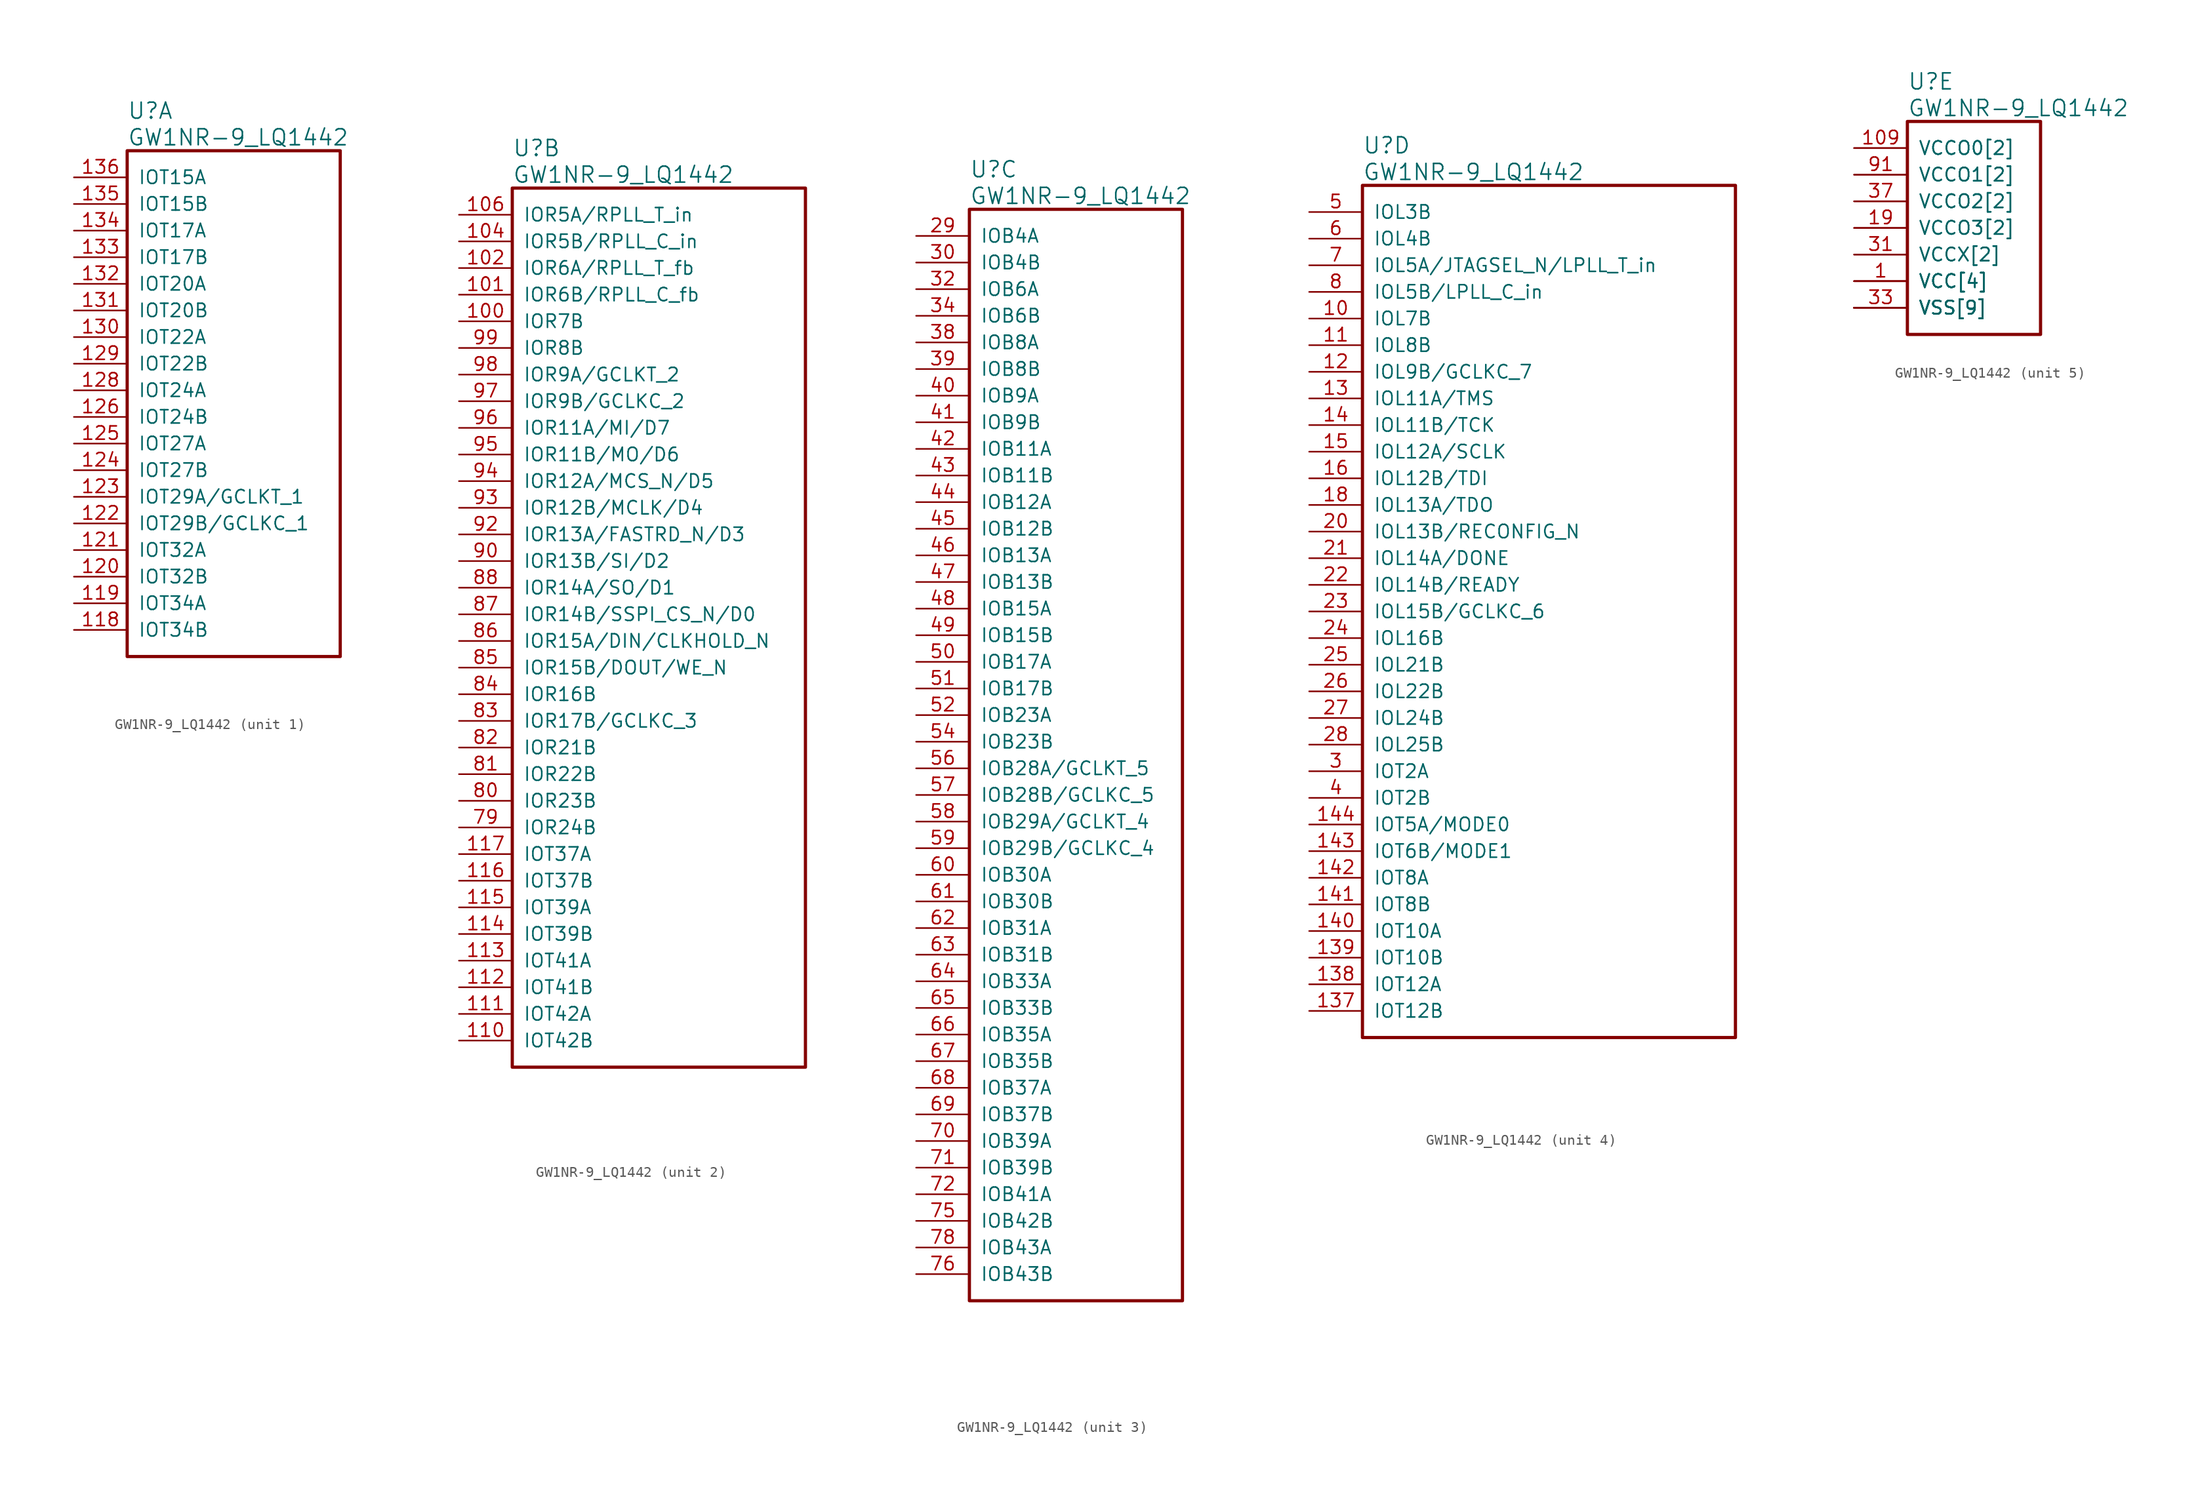
<source format=kicad_sym>
(kicad_symbol_lib
  (version 20211014)
  (generator kicad_symbol_editor)
  (symbol "GW1NR-9_LQ1442"
    (pin_names
      (offset 1.016))
    (property "Reference" "U"
      (at 5.08 6.35 0)
      (effects (font (size 1.524 1.524)) (justify left)))
    (property "Value" "GW1NR-9_LQ1442"
      (at 5.08 3.81 0)
      (effects (font (size 1.524 1.524)) (justify left)))
    (property "ki_locked" ""
      (at 0 0 0)
      (effects (font (size 1.27 1.27))))
    (symbol "GW1NR-9_LQ1442_1_1"
      (rectangle (start 5.08 2.54) (end 25.4 -45.72) (stroke (width 0.305) (type default) (color 0 0 0 0)) (fill (type none)))
      (pin bidirectional line (at 0 -43.18 0) (length 5.08) (name "IOT34B" (effects (font (size 1.27 1.27)))) (number "118" (effects (font (size 1.27 1.27)))))
      (pin bidirectional line (at 0 -40.64 0) (length 5.08) (name "IOT34A" (effects (font (size 1.27 1.27)))) (number "119" (effects (font (size 1.27 1.27)))))
      (pin bidirectional line (at 0 -38.1 0) (length 5.08) (name "IOT32B" (effects (font (size 1.27 1.27)))) (number "120" (effects (font (size 1.27 1.27)))))
      (pin bidirectional line (at 0 -35.56 0) (length 5.08) (name "IOT32A" (effects (font (size 1.27 1.27)))) (number "121" (effects (font (size 1.27 1.27)))))
      (pin bidirectional line (at 0 -33.02 0) (length 5.08) (name "IOT29B/GCLKC_1" (effects (font (size 1.27 1.27)))) (number "122" (effects (font (size 1.27 1.27)))))
      (pin bidirectional line (at 0 -30.48 0) (length 5.08) (name "IOT29A/GCLKT_1" (effects (font (size 1.27 1.27)))) (number "123" (effects (font (size 1.27 1.27)))))
      (pin bidirectional line (at 0 -27.94 0) (length 5.08) (name "IOT27B" (effects (font (size 1.27 1.27)))) (number "124" (effects (font (size 1.27 1.27)))))
      (pin bidirectional line (at 0 -25.4 0) (length 5.08) (name "IOT27A" (effects (font (size 1.27 1.27)))) (number "125" (effects (font (size 1.27 1.27)))))
      (pin bidirectional line (at 0 -22.86 0) (length 5.08) (name "IOT24B" (effects (font (size 1.27 1.27)))) (number "126" (effects (font (size 1.27 1.27)))))
      (pin bidirectional line (at 0 -20.32 0) (length 5.08) (name "IOT24A" (effects (font (size 1.27 1.27)))) (number "128" (effects (font (size 1.27 1.27)))))
      (pin bidirectional line (at 0 -17.78 0) (length 5.08) (name "IOT22B" (effects (font (size 1.27 1.27)))) (number "129" (effects (font (size 1.27 1.27)))))
      (pin bidirectional line (at 0 -15.24 0) (length 5.08) (name "IOT22A" (effects (font (size 1.27 1.27)))) (number "130" (effects (font (size 1.27 1.27)))))
      (pin bidirectional line (at 0 -12.7 0) (length 5.08) (name "IOT20B" (effects (font (size 1.27 1.27)))) (number "131" (effects (font (size 1.27 1.27)))))
      (pin bidirectional line (at 0 -10.16 0) (length 5.08) (name "IOT20A" (effects (font (size 1.27 1.27)))) (number "132" (effects (font (size 1.27 1.27)))))
      (pin bidirectional line (at 0 -7.62 0) (length 5.08) (name "IOT17B" (effects (font (size 1.27 1.27)))) (number "133" (effects (font (size 1.27 1.27)))))
      (pin bidirectional line (at 0 -5.08 0) (length 5.08) (name "IOT17A" (effects (font (size 1.27 1.27)))) (number "134" (effects (font (size 1.27 1.27)))))
      (pin bidirectional line (at 0 -2.54 0) (length 5.08) (name "IOT15B" (effects (font (size 1.27 1.27)))) (number "135" (effects (font (size 1.27 1.27)))))
      (pin bidirectional line (at 0 0 0) (length 5.08) (name "IOT15A" (effects (font (size 1.27 1.27)))) (number "136" (effects (font (size 1.27 1.27))))))
    (symbol "GW1NR-9_LQ1442_2_1"
      (rectangle (start 5.08 2.54) (end 33.02 -81.28) (stroke (width 0.305) (type default) (color 0 0 0 0)) (fill (type none)))
      (pin bidirectional line (at 0 -10.16 0) (length 5.08) (name "IOR7B" (effects (font (size 1.27 1.27)))) (number "100" (effects (font (size 1.27 1.27)))))
      (pin bidirectional line (at 0 -7.62 0) (length 5.08) (name "IOR6B/RPLL_C_fb" (effects (font (size 1.27 1.27)))) (number "101" (effects (font (size 1.27 1.27)))))
      (pin bidirectional line (at 0 -5.08 0) (length 5.08) (name "IOR6A/RPLL_T_fb" (effects (font (size 1.27 1.27)))) (number "102" (effects (font (size 1.27 1.27)))))
      (pin bidirectional line (at 0 -2.54 0) (length 5.08) (name "IOR5B/RPLL_C_in" (effects (font (size 1.27 1.27)))) (number "104" (effects (font (size 1.27 1.27)))))
      (pin bidirectional line (at 0 0 0) (length 5.08) (name "IOR5A/RPLL_T_in" (effects (font (size 1.27 1.27)))) (number "106" (effects (font (size 1.27 1.27)))))
      (pin bidirectional line (at 0 -78.74 0) (length 5.08) (name "IOT42B" (effects (font (size 1.27 1.27)))) (number "110" (effects (font (size 1.27 1.27)))))
      (pin bidirectional line (at 0 -76.2 0) (length 5.08) (name "IOT42A" (effects (font (size 1.27 1.27)))) (number "111" (effects (font (size 1.27 1.27)))))
      (pin bidirectional line (at 0 -73.66 0) (length 5.08) (name "IOT41B" (effects (font (size 1.27 1.27)))) (number "112" (effects (font (size 1.27 1.27)))))
      (pin bidirectional line (at 0 -71.12 0) (length 5.08) (name "IOT41A" (effects (font (size 1.27 1.27)))) (number "113" (effects (font (size 1.27 1.27)))))
      (pin bidirectional line (at 0 -68.58 0) (length 5.08) (name "IOT39B" (effects (font (size 1.27 1.27)))) (number "114" (effects (font (size 1.27 1.27)))))
      (pin bidirectional line (at 0 -66.04 0) (length 5.08) (name "IOT39A" (effects (font (size 1.27 1.27)))) (number "115" (effects (font (size 1.27 1.27)))))
      (pin bidirectional line (at 0 -63.5 0) (length 5.08) (name "IOT37B" (effects (font (size 1.27 1.27)))) (number "116" (effects (font (size 1.27 1.27)))))
      (pin bidirectional line (at 0 -60.96 0) (length 5.08) (name "IOT37A" (effects (font (size 1.27 1.27)))) (number "117" (effects (font (size 1.27 1.27)))))
      (pin bidirectional line (at 0 -58.42 0) (length 5.08) (name "IOR24B" (effects (font (size 1.27 1.27)))) (number "79" (effects (font (size 1.27 1.27)))))
      (pin bidirectional line (at 0 -55.88 0) (length 5.08) (name "IOR23B" (effects (font (size 1.27 1.27)))) (number "80" (effects (font (size 1.27 1.27)))))
      (pin bidirectional line (at 0 -53.34 0) (length 5.08) (name "IOR22B" (effects (font (size 1.27 1.27)))) (number "81" (effects (font (size 1.27 1.27)))))
      (pin bidirectional line (at 0 -50.8 0) (length 5.08) (name "IOR21B" (effects (font (size 1.27 1.27)))) (number "82" (effects (font (size 1.27 1.27)))))
      (pin bidirectional line (at 0 -48.26 0) (length 5.08) (name "IOR17B/GCLKC_3" (effects (font (size 1.27 1.27)))) (number "83" (effects (font (size 1.27 1.27)))))
      (pin bidirectional line (at 0 -45.72 0) (length 5.08) (name "IOR16B" (effects (font (size 1.27 1.27)))) (number "84" (effects (font (size 1.27 1.27)))))
      (pin bidirectional line (at 0 -43.18 0) (length 5.08) (name "IOR15B/DOUT/WE_N" (effects (font (size 1.27 1.27)))) (number "85" (effects (font (size 1.27 1.27)))))
      (pin bidirectional line (at 0 -40.64 0) (length 5.08) (name "IOR15A/DIN/CLKHOLD_N" (effects (font (size 1.27 1.27)))) (number "86" (effects (font (size 1.27 1.27)))))
      (pin bidirectional line (at 0 -38.1 0) (length 5.08) (name "IOR14B/SSPI_CS_N/D0" (effects (font (size 1.27 1.27)))) (number "87" (effects (font (size 1.27 1.27)))))
      (pin bidirectional line (at 0 -35.56 0) (length 5.08) (name "IOR14A/SO/D1" (effects (font (size 1.27 1.27)))) (number "88" (effects (font (size 1.27 1.27)))))
      (pin bidirectional line (at 0 -33.02 0) (length 5.08) (name "IOR13B/SI/D2" (effects (font (size 1.27 1.27)))) (number "90" (effects (font (size 1.27 1.27)))))
      (pin bidirectional line (at 0 -30.48 0) (length 5.08) (name "IOR13A/FASTRD_N/D3" (effects (font (size 1.27 1.27)))) (number "92" (effects (font (size 1.27 1.27)))))
      (pin bidirectional line (at 0 -27.94 0) (length 5.08) (name "IOR12B/MCLK/D4" (effects (font (size 1.27 1.27)))) (number "93" (effects (font (size 1.27 1.27)))))
      (pin bidirectional line (at 0 -25.4 0) (length 5.08) (name "IOR12A/MCS_N/D5" (effects (font (size 1.27 1.27)))) (number "94" (effects (font (size 1.27 1.27)))))
      (pin bidirectional line (at 0 -22.86 0) (length 5.08) (name "IOR11B/MO/D6" (effects (font (size 1.27 1.27)))) (number "95" (effects (font (size 1.27 1.27)))))
      (pin bidirectional line (at 0 -20.32 0) (length 5.08) (name "IOR11A/MI/D7" (effects (font (size 1.27 1.27)))) (number "96" (effects (font (size 1.27 1.27)))))
      (pin bidirectional line (at 0 -17.78 0) (length 5.08) (name "IOR9B/GCLKC_2" (effects (font (size 1.27 1.27)))) (number "97" (effects (font (size 1.27 1.27)))))
      (pin bidirectional line (at 0 -15.24 0) (length 5.08) (name "IOR9A/GCLKT_2" (effects (font (size 1.27 1.27)))) (number "98" (effects (font (size 1.27 1.27)))))
      (pin bidirectional line (at 0 -12.7 0) (length 5.08) (name "IOR8B" (effects (font (size 1.27 1.27)))) (number "99" (effects (font (size 1.27 1.27))))))
    (symbol "GW1NR-9_LQ1442_3_1"
      (rectangle (start 5.08 2.54) (end 25.4 -101.6) (stroke (width 0.305) (type default) (color 0 0 0 0)) (fill (type none)))
      (pin bidirectional line (at 0 0 0) (length 5.08) (name "IOB4A" (effects (font (size 1.27 1.27)))) (number "29" (effects (font (size 1.27 1.27)))))
      (pin bidirectional line (at 0 -2.54 0) (length 5.08) (name "IOB4B" (effects (font (size 1.27 1.27)))) (number "30" (effects (font (size 1.27 1.27)))))
      (pin bidirectional line (at 0 -5.08 0) (length 5.08) (name "IOB6A" (effects (font (size 1.27 1.27)))) (number "32" (effects (font (size 1.27 1.27)))))
      (pin bidirectional line (at 0 -7.62 0) (length 5.08) (name "IOB6B" (effects (font (size 1.27 1.27)))) (number "34" (effects (font (size 1.27 1.27)))))
      (pin bidirectional line (at 0 -10.16 0) (length 5.08) (name "IOB8A" (effects (font (size 1.27 1.27)))) (number "38" (effects (font (size 1.27 1.27)))))
      (pin bidirectional line (at 0 -12.7 0) (length 5.08) (name "IOB8B" (effects (font (size 1.27 1.27)))) (number "39" (effects (font (size 1.27 1.27)))))
      (pin bidirectional line (at 0 -15.24 0) (length 5.08) (name "IOB9A" (effects (font (size 1.27 1.27)))) (number "40" (effects (font (size 1.27 1.27)))))
      (pin bidirectional line (at 0 -17.78 0) (length 5.08) (name "IOB9B" (effects (font (size 1.27 1.27)))) (number "41" (effects (font (size 1.27 1.27)))))
      (pin bidirectional line (at 0 -20.32 0) (length 5.08) (name "IOB11A" (effects (font (size 1.27 1.27)))) (number "42" (effects (font (size 1.27 1.27)))))
      (pin bidirectional line (at 0 -22.86 0) (length 5.08) (name "IOB11B" (effects (font (size 1.27 1.27)))) (number "43" (effects (font (size 1.27 1.27)))))
      (pin bidirectional line (at 0 -25.4 0) (length 5.08) (name "IOB12A" (effects (font (size 1.27 1.27)))) (number "44" (effects (font (size 1.27 1.27)))))
      (pin bidirectional line (at 0 -27.94 0) (length 5.08) (name "IOB12B" (effects (font (size 1.27 1.27)))) (number "45" (effects (font (size 1.27 1.27)))))
      (pin bidirectional line (at 0 -30.48 0) (length 5.08) (name "IOB13A" (effects (font (size 1.27 1.27)))) (number "46" (effects (font (size 1.27 1.27)))))
      (pin bidirectional line (at 0 -33.02 0) (length 5.08) (name "IOB13B" (effects (font (size 1.27 1.27)))) (number "47" (effects (font (size 1.27 1.27)))))
      (pin bidirectional line (at 0 -35.56 0) (length 5.08) (name "IOB15A" (effects (font (size 1.27 1.27)))) (number "48" (effects (font (size 1.27 1.27)))))
      (pin bidirectional line (at 0 -38.1 0) (length 5.08) (name "IOB15B" (effects (font (size 1.27 1.27)))) (number "49" (effects (font (size 1.27 1.27)))))
      (pin bidirectional line (at 0 -40.64 0) (length 5.08) (name "IOB17A" (effects (font (size 1.27 1.27)))) (number "50" (effects (font (size 1.27 1.27)))))
      (pin bidirectional line (at 0 -43.18 0) (length 5.08) (name "IOB17B" (effects (font (size 1.27 1.27)))) (number "51" (effects (font (size 1.27 1.27)))))
      (pin bidirectional line (at 0 -45.72 0) (length 5.08) (name "IOB23A" (effects (font (size 1.27 1.27)))) (number "52" (effects (font (size 1.27 1.27)))))
      (pin bidirectional line (at 0 -48.26 0) (length 5.08) (name "IOB23B" (effects (font (size 1.27 1.27)))) (number "54" (effects (font (size 1.27 1.27)))))
      (pin bidirectional line (at 0 -50.8 0) (length 5.08) (name "IOB28A/GCLKT_5" (effects (font (size 1.27 1.27)))) (number "56" (effects (font (size 1.27 1.27)))))
      (pin bidirectional line (at 0 -53.34 0) (length 5.08) (name "IOB28B/GCLKC_5" (effects (font (size 1.27 1.27)))) (number "57" (effects (font (size 1.27 1.27)))))
      (pin bidirectional line (at 0 -55.88 0) (length 5.08) (name "IOB29A/GCLKT_4" (effects (font (size 1.27 1.27)))) (number "58" (effects (font (size 1.27 1.27)))))
      (pin bidirectional line (at 0 -58.42 0) (length 5.08) (name "IOB29B/GCLKC_4" (effects (font (size 1.27 1.27)))) (number "59" (effects (font (size 1.27 1.27)))))
      (pin bidirectional line (at 0 -60.96 0) (length 5.08) (name "IOB30A" (effects (font (size 1.27 1.27)))) (number "60" (effects (font (size 1.27 1.27)))))
      (pin bidirectional line (at 0 -63.5 0) (length 5.08) (name "IOB30B" (effects (font (size 1.27 1.27)))) (number "61" (effects (font (size 1.27 1.27)))))
      (pin bidirectional line (at 0 -66.04 0) (length 5.08) (name "IOB31A" (effects (font (size 1.27 1.27)))) (number "62" (effects (font (size 1.27 1.27)))))
      (pin bidirectional line (at 0 -68.58 0) (length 5.08) (name "IOB31B" (effects (font (size 1.27 1.27)))) (number "63" (effects (font (size 1.27 1.27)))))
      (pin bidirectional line (at 0 -71.12 0) (length 5.08) (name "IOB33A" (effects (font (size 1.27 1.27)))) (number "64" (effects (font (size 1.27 1.27)))))
      (pin bidirectional line (at 0 -73.66 0) (length 5.08) (name "IOB33B" (effects (font (size 1.27 1.27)))) (number "65" (effects (font (size 1.27 1.27)))))
      (pin bidirectional line (at 0 -76.2 0) (length 5.08) (name "IOB35A" (effects (font (size 1.27 1.27)))) (number "66" (effects (font (size 1.27 1.27)))))
      (pin bidirectional line (at 0 -78.74 0) (length 5.08) (name "IOB35B" (effects (font (size 1.27 1.27)))) (number "67" (effects (font (size 1.27 1.27)))))
      (pin bidirectional line (at 0 -81.28 0) (length 5.08) (name "IOB37A" (effects (font (size 1.27 1.27)))) (number "68" (effects (font (size 1.27 1.27)))))
      (pin bidirectional line (at 0 -83.82 0) (length 5.08) (name "IOB37B" (effects (font (size 1.27 1.27)))) (number "69" (effects (font (size 1.27 1.27)))))
      (pin bidirectional line (at 0 -86.36 0) (length 5.08) (name "IOB39A" (effects (font (size 1.27 1.27)))) (number "70" (effects (font (size 1.27 1.27)))))
      (pin bidirectional line (at 0 -88.9 0) (length 5.08) (name "IOB39B" (effects (font (size 1.27 1.27)))) (number "71" (effects (font (size 1.27 1.27)))))
      (pin bidirectional line (at 0 -91.44 0) (length 5.08) (name "IOB41A" (effects (font (size 1.27 1.27)))) (number "72" (effects (font (size 1.27 1.27)))))
      (pin bidirectional line (at 0 -93.98 0) (length 5.08) (name "IOB42B" (effects (font (size 1.27 1.27)))) (number "75" (effects (font (size 1.27 1.27)))))
      (pin bidirectional line (at 0 -99.06 0) (length 5.08) (name "IOB43B" (effects (font (size 1.27 1.27)))) (number "76" (effects (font (size 1.27 1.27)))))
      (pin bidirectional line (at 0 -96.52 0) (length 5.08) (name "IOB43A" (effects (font (size 1.27 1.27)))) (number "78" (effects (font (size 1.27 1.27))))))
    (symbol "GW1NR-9_LQ1442_4_1"
      (rectangle (start 5.08 2.54) (end 40.64 -78.74) (stroke (width 0.305) (type default) (color 0 0 0 0)) (fill (type none)))
      (pin bidirectional line (at 0 -10.16 0) (length 5.08) (name "IOL7B" (effects (font (size 1.27 1.27)))) (number "10" (effects (font (size 1.27 1.27)))))
      (pin bidirectional line (at 0 -12.7 0) (length 5.08) (name "IOL8B" (effects (font (size 1.27 1.27)))) (number "11" (effects (font (size 1.27 1.27)))))
      (pin bidirectional line (at 0 -15.24 0) (length 5.08) (name "IOL9B/GCLKC_7" (effects (font (size 1.27 1.27)))) (number "12" (effects (font (size 1.27 1.27)))))
      (pin bidirectional line (at 0 -17.78 0) (length 5.08) (name "IOL11A/TMS" (effects (font (size 1.27 1.27)))) (number "13" (effects (font (size 1.27 1.27)))))
      (pin bidirectional line (at 0 -76.2 0) (length 5.08) (name "IOT12B" (effects (font (size 1.27 1.27)))) (number "137" (effects (font (size 1.27 1.27)))))
      (pin bidirectional line (at 0 -73.66 0) (length 5.08) (name "IOT12A" (effects (font (size 1.27 1.27)))) (number "138" (effects (font (size 1.27 1.27)))))
      (pin bidirectional line (at 0 -71.12 0) (length 5.08) (name "IOT10B" (effects (font (size 1.27 1.27)))) (number "139" (effects (font (size 1.27 1.27)))))
      (pin bidirectional line (at 0 -20.32 0) (length 5.08) (name "IOL11B/TCK" (effects (font (size 1.27 1.27)))) (number "14" (effects (font (size 1.27 1.27)))))
      (pin bidirectional line (at 0 -68.58 0) (length 5.08) (name "IOT10A" (effects (font (size 1.27 1.27)))) (number "140" (effects (font (size 1.27 1.27)))))
      (pin bidirectional line (at 0 -66.04 0) (length 5.08) (name "IOT8B" (effects (font (size 1.27 1.27)))) (number "141" (effects (font (size 1.27 1.27)))))
      (pin bidirectional line (at 0 -63.5 0) (length 5.08) (name "IOT8A" (effects (font (size 1.27 1.27)))) (number "142" (effects (font (size 1.27 1.27)))))
      (pin bidirectional line (at 0 -60.96 0) (length 5.08) (name "IOT6B/MODE1" (effects (font (size 1.27 1.27)))) (number "143" (effects (font (size 1.27 1.27)))))
      (pin bidirectional line (at 0 -58.42 0) (length 5.08) (name "IOT5A/MODE0" (effects (font (size 1.27 1.27)))) (number "144" (effects (font (size 1.27 1.27)))))
      (pin bidirectional line (at 0 -22.86 0) (length 5.08) (name "IOL12A/SCLK" (effects (font (size 1.27 1.27)))) (number "15" (effects (font (size 1.27 1.27)))))
      (pin bidirectional line (at 0 -25.4 0) (length 5.08) (name "IOL12B/TDI" (effects (font (size 1.27 1.27)))) (number "16" (effects (font (size 1.27 1.27)))))
      (pin bidirectional line (at 0 -27.94 0) (length 5.08) (name "IOL13A/TDO" (effects (font (size 1.27 1.27)))) (number "18" (effects (font (size 1.27 1.27)))))
      (pin bidirectional line (at 0 -30.48 0) (length 5.08) (name "IOL13B/RECONFIG_N" (effects (font (size 1.27 1.27)))) (number "20" (effects (font (size 1.27 1.27)))))
      (pin bidirectional line (at 0 -33.02 0) (length 5.08) (name "IOL14A/DONE" (effects (font (size 1.27 1.27)))) (number "21" (effects (font (size 1.27 1.27)))))
      (pin bidirectional line (at 0 -35.56 0) (length 5.08) (name "IOL14B/READY" (effects (font (size 1.27 1.27)))) (number "22" (effects (font (size 1.27 1.27)))))
      (pin bidirectional line (at 0 -38.1 0) (length 5.08) (name "IOL15B/GCLKC_6" (effects (font (size 1.27 1.27)))) (number "23" (effects (font (size 1.27 1.27)))))
      (pin bidirectional line (at 0 -40.64 0) (length 5.08) (name "IOL16B" (effects (font (size 1.27 1.27)))) (number "24" (effects (font (size 1.27 1.27)))))
      (pin bidirectional line (at 0 -43.18 0) (length 5.08) (name "IOL21B" (effects (font (size 1.27 1.27)))) (number "25" (effects (font (size 1.27 1.27)))))
      (pin bidirectional line (at 0 -45.72 0) (length 5.08) (name "IOL22B" (effects (font (size 1.27 1.27)))) (number "26" (effects (font (size 1.27 1.27)))))
      (pin bidirectional line (at 0 -48.26 0) (length 5.08) (name "IOL24B" (effects (font (size 1.27 1.27)))) (number "27" (effects (font (size 1.27 1.27)))))
      (pin bidirectional line (at 0 -50.8 0) (length 5.08) (name "IOL25B" (effects (font (size 1.27 1.27)))) (number "28" (effects (font (size 1.27 1.27)))))
      (pin bidirectional line (at 0 -53.34 0) (length 5.08) (name "IOT2A" (effects (font (size 1.27 1.27)))) (number "3" (effects (font (size 1.27 1.27)))))
      (pin bidirectional line (at 0 -55.88 0) (length 5.08) (name "IOT2B" (effects (font (size 1.27 1.27)))) (number "4" (effects (font (size 1.27 1.27)))))
      (pin bidirectional line (at 0 0 0) (length 5.08) (name "IOL3B" (effects (font (size 1.27 1.27)))) (number "5" (effects (font (size 1.27 1.27)))))
      (pin bidirectional line (at 0 -2.54 0) (length 5.08) (name "IOL4B" (effects (font (size 1.27 1.27)))) (number "6" (effects (font (size 1.27 1.27)))))
      (pin bidirectional line (at 0 -5.08 0) (length 5.08) (name "IOL5A/JTAGSEL_N/LPLL_T_in" (effects (font (size 1.27 1.27)))) (number "7" (effects (font (size 1.27 1.27)))))
      (pin bidirectional line (at 0 -7.62 0) (length 5.08) (name "IOL5B/LPLL_C_in" (effects (font (size 1.27 1.27)))) (number "8" (effects (font (size 1.27 1.27))))))
    (symbol "GW1NR-9_LQ1442_5_1"
      (rectangle (start 5.08 2.54) (end 17.78 -17.78) (stroke (width 0.305) (type default) (color 0 0 0 0)) (fill (type none)))
      (pin power_in line (at 0 -12.7 0) (length 5.08) (name "VCC[4]" (effects (font (size 1.27 1.27)))) (number "1" (effects (font (size 1.27 1.27)))))
      (pin power_in line (at 0 -2.54 0) (length 5.08) (name "VCCO1[2]" (effects (font (size 1.27 1.27)))) (number "103" (effects (font (size 0 0)))))
      (pin power_in line (at 0 -15.24 0) (length 5.08) (name "VSS[9]" (effects (font (size 1.27 1.27)))) (number "105" (effects (font (size 0 0)))))
      (pin power_in line (at 0 -15.24 0) (length 5.08) (name "VSS[9]" (effects (font (size 1.27 1.27)))) (number "107" (effects (font (size 0 0)))))
      (pin power_in line (at 0 -12.7 0) (length 5.08) (name "VCC[4]" (effects (font (size 1.27 1.27)))) (number "108" (effects (font (size 0 0)))))
      (pin power_in line (at 0 0 0) (length 5.08) (name "VCCO0[2]" (effects (font (size 1.27 1.27)))) (number "109" (effects (font (size 1.27 1.27)))))
      (pin power_in line (at 0 0 0) (length 5.08) (name "VCCO0[2]" (effects (font (size 1.27 1.27)))) (number "127" (effects (font (size 0 0)))))
      (pin power_in line (at 0 -15.24 0) (length 5.08) (name "VSS[9]" (effects (font (size 1.27 1.27)))) (number "17" (effects (font (size 0 0)))))
      (pin power_in line (at 0 -7.62 0) (length 5.08) (name "VCCO3[2]" (effects (font (size 1.27 1.27)))) (number "19" (effects (font (size 1.27 1.27)))))
      (pin power_in line (at 0 -15.24 0) (length 5.08) (name "VSS[9]" (effects (font (size 1.27 1.27)))) (number "2" (effects (font (size 0 0)))))
      (pin power_in line (at 0 -10.16 0) (length 5.08) (name "VCCX[2]" (effects (font (size 1.27 1.27)))) (number "31" (effects (font (size 1.27 1.27)))))
      (pin power_in line (at 0 -15.24 0) (length 5.08) (name "VSS[9]" (effects (font (size 1.27 1.27)))) (number "33" (effects (font (size 1.27 1.27)))))
      (pin power_in line (at 0 -15.24 0) (length 5.08) (name "VSS[9]" (effects (font (size 1.27 1.27)))) (number "35" (effects (font (size 0 0)))))
      (pin power_in line (at 0 -12.7 0) (length 5.08) (name "VCC[4]" (effects (font (size 1.27 1.27)))) (number "36" (effects (font (size 0 0)))))
      (pin power_in line (at 0 -5.08 0) (length 5.08) (name "VCCO2[2]" (effects (font (size 1.27 1.27)))) (number "37" (effects (font (size 1.27 1.27)))))
      (pin power_in line (at 0 -15.24 0) (length 5.08) (name "VSS[9]" (effects (font (size 1.27 1.27)))) (number "53" (effects (font (size 0 0)))))
      (pin power_in line (at 0 -5.08 0) (length 5.08) (name "VCCO2[2]" (effects (font (size 1.27 1.27)))) (number "55" (effects (font (size 0 0)))))
      (pin power_in line (at 0 -12.7 0) (length 5.08) (name "VCC[4]" (effects (font (size 1.27 1.27)))) (number "73" (effects (font (size 0 0)))))
      (pin power_in line (at 0 -15.24 0) (length 5.08) (name "VSS[9]" (effects (font (size 1.27 1.27)))) (number "74" (effects (font (size 0 0)))))
      (pin power_in line (at 0 -10.16 0) (length 5.08) (name "VCCX[2]" (effects (font (size 1.27 1.27)))) (number "77" (effects (font (size 0 0)))))
      (pin power_in line (at 0 -15.24 0) (length 5.08) (name "VSS[9]" (effects (font (size 1.27 1.27)))) (number "89" (effects (font (size 0 0)))))
      (pin power_in line (at 0 -7.62 0) (length 5.08) (name "VCCO3[2]" (effects (font (size 1.27 1.27)))) (number "9" (effects (font (size 0 0)))))
      (pin power_in line (at 0 -2.54 0) (length 5.08) (name "VCCO1[2]" (effects (font (size 1.27 1.27)))) (number "91" (effects (font (size 1.27 1.27))))))))
</source>
